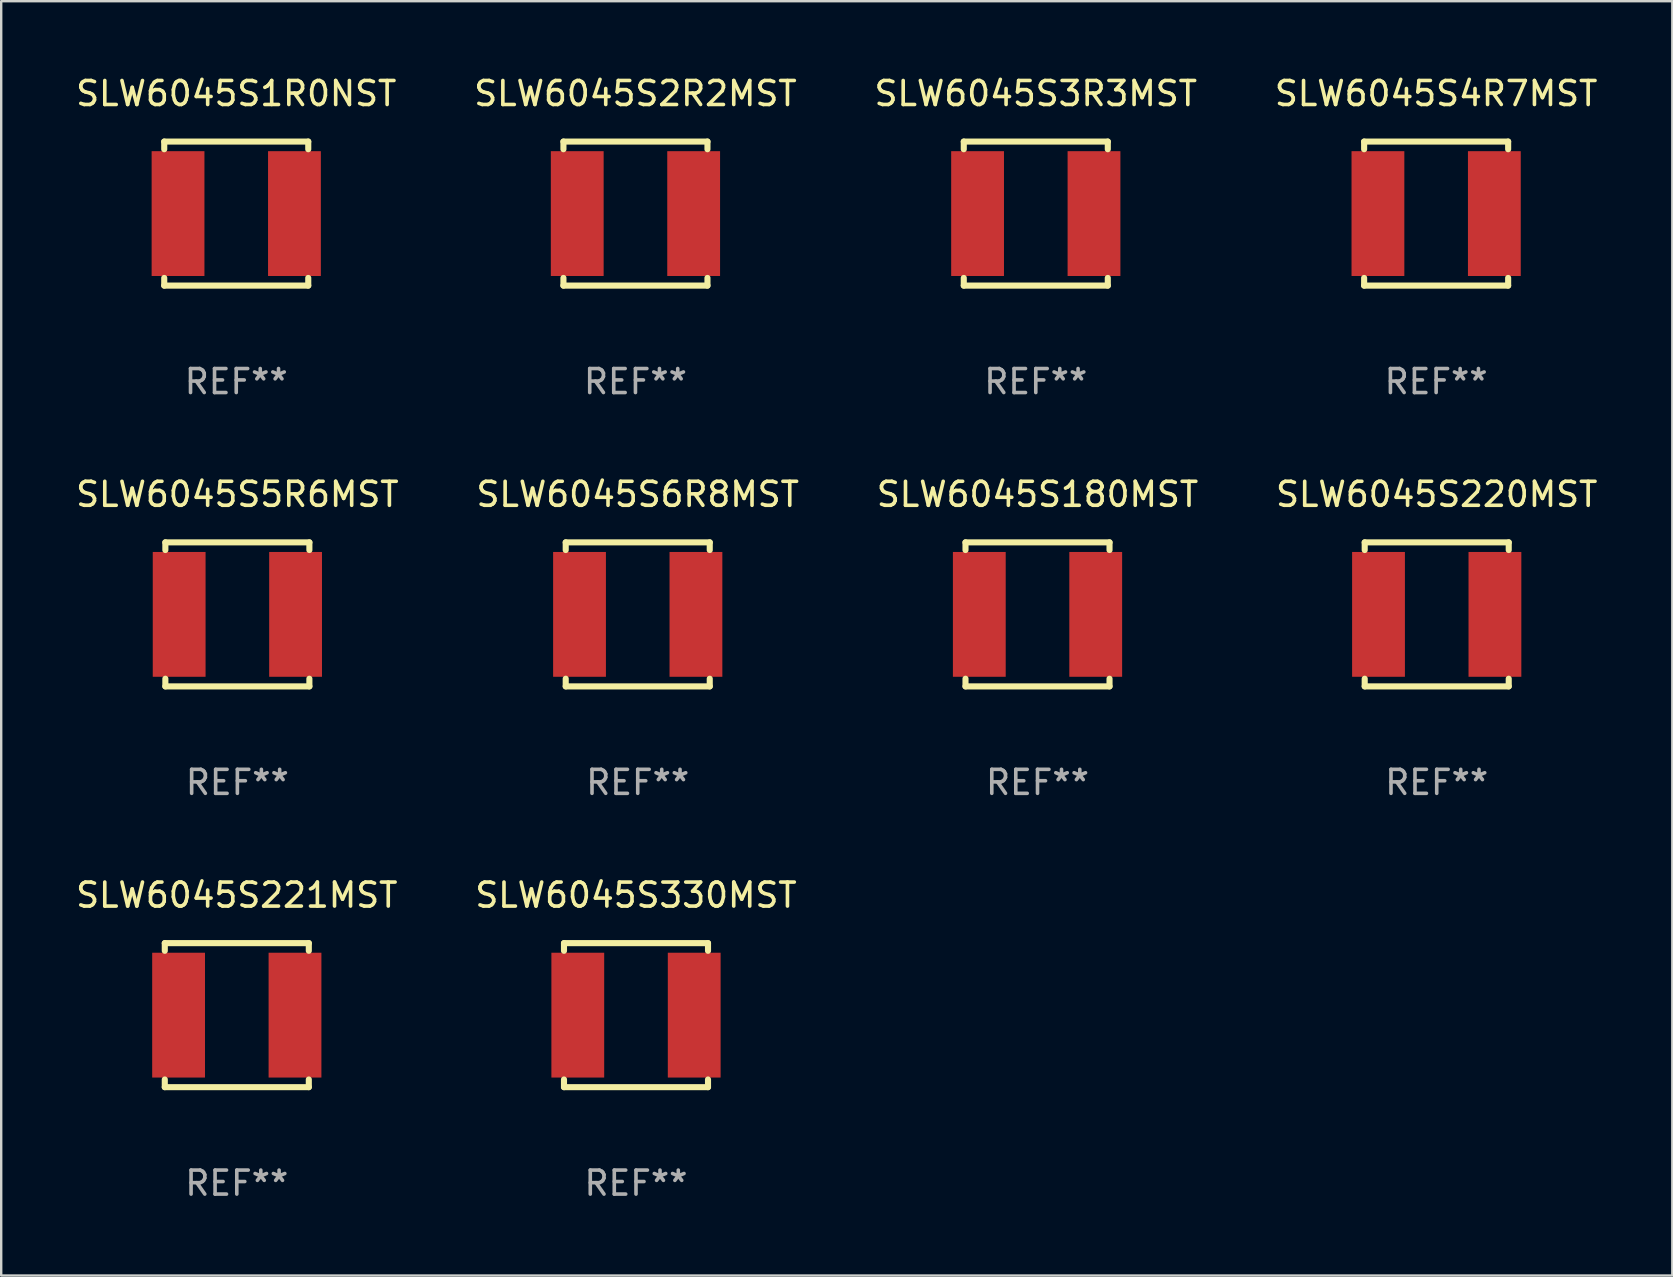
<source format=kicad_pcb>
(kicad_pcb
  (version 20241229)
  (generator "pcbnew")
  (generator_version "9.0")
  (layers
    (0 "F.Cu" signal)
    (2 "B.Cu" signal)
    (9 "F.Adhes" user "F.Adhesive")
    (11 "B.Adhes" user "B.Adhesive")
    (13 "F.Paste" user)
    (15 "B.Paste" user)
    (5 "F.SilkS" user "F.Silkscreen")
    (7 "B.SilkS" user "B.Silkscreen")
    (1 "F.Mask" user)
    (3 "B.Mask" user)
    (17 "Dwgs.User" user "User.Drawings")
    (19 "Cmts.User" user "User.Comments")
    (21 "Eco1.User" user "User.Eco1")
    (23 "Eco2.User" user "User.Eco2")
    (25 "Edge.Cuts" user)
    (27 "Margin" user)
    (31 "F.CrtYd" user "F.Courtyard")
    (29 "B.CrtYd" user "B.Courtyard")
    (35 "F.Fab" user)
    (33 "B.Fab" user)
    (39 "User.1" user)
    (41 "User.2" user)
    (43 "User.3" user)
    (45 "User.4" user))
  (footprint "SLW6045S220MST"
    (layer "F.Cu")
    (at 56.804 22.545)
    (property "Reference" "SLW6045S220MST" (at 0 -5 0) (layer "F.SilkS") (effects (font (size 1 1) (thickness 0.15))))
    (attr through_hole)
    (fp_line (start -3 -3) (end -3 -2.681) (stroke (width 0.254) (type solid)) (layer "F.SilkS"))
    (fp_line (start -3 -3) (end 3 -3) (stroke (width 0.254) (type solid)) (layer "F.SilkS"))
    (fp_line (start -3 2.681) (end -3 3) (stroke (width 0.254) (type solid)) (layer "F.SilkS"))
    (fp_line (start -3 3) (end 3 3) (stroke (width 0.254) (type solid)) (layer "F.SilkS"))
    (fp_line (start 3 -2.681) (end 3 -3) (stroke (width 0.254) (type solid)) (layer "F.SilkS"))
    (fp_line (start 3 3) (end 3 2.681) (stroke (width 0.254) (type solid)) (layer "F.SilkS"))
    (fp_circle (center -3 3) (end -2.97 3) (stroke (width 0.06) (type solid)) (fill no) (layer "F.SilkS"))
    (fp_text user "REF**" (at 0 7 0) (layer "F.Fab") (effects (font (size 1 1) (thickness 0.15))))
    (pad "1" smd rect (at -2.425 0) (size 2.2 5.2) (layers "F.Cu" "F.Mask" "F.Paste"))
    (pad "2" smd rect (at 2.425 0) (size 2.2 5.2) (layers "F.Cu" "F.Mask" "F.Paste")))
  (footprint "SLW6045S221MST"
    (layer "F.Cu")
    (at 6.815 39.241)
    (property "Reference" "SLW6045S221MST" (at 0 -5 0) (layer "F.SilkS") (effects (font (size 1 1) (thickness 0.15))))
    (attr through_hole)
    (fp_line (start -3 -3) (end -3 -2.681) (stroke (width 0.254) (type solid)) (layer "F.SilkS"))
    (fp_line (start -3 -3) (end 3 -3) (stroke (width 0.254) (type solid)) (layer "F.SilkS"))
    (fp_line (start -3 2.681) (end -3 3) (stroke (width 0.254) (type solid)) (layer "F.SilkS"))
    (fp_line (start -3 3) (end 3 3) (stroke (width 0.254) (type solid)) (layer "F.SilkS"))
    (fp_line (start 3 -2.681) (end 3 -3) (stroke (width 0.254) (type solid)) (layer "F.SilkS"))
    (fp_line (start 3 3) (end 3 2.681) (stroke (width 0.254) (type solid)) (layer "F.SilkS"))
    (fp_circle (center -3 3) (end -2.97 3) (stroke (width 0.06) (type solid)) (fill no) (layer "F.SilkS"))
    (fp_text user "REF**" (at 0 7 0) (layer "F.Fab") (effects (font (size 1 1) (thickness 0.15))))
    (pad "1" smd rect (at -2.425 0) (size 2.2 5.2) (layers "F.Cu" "F.Mask" "F.Paste"))
    (pad "2" smd rect (at 2.425 0) (size 2.2 5.2) (layers "F.Cu" "F.Mask" "F.Paste")))
  (footprint "SLW6045S330MST"
    (layer "F.Cu")
    (at 23.446 39.241)
    (property "Reference" "SLW6045S330MST" (at 0 -5 0) (layer "F.SilkS") (effects (font (size 1 1) (thickness 0.15))))
    (attr through_hole)
    (fp_line (start -3 -3) (end -3 -2.681) (stroke (width 0.254) (type solid)) (layer "F.SilkS"))
    (fp_line (start -3 -3) (end 3 -3) (stroke (width 0.254) (type solid)) (layer "F.SilkS"))
    (fp_line (start -3 2.681) (end -3 3) (stroke (width 0.254) (type solid)) (layer "F.SilkS"))
    (fp_line (start -3 3) (end 3 3) (stroke (width 0.254) (type solid)) (layer "F.SilkS"))
    (fp_line (start 3 -2.681) (end 3 -3) (stroke (width 0.254) (type solid)) (layer "F.SilkS"))
    (fp_line (start 3 3) (end 3 2.681) (stroke (width 0.254) (type solid)) (layer "F.SilkS"))
    (fp_circle (center -3 3) (end -2.97 3) (stroke (width 0.06) (type solid)) (fill no) (layer "F.SilkS"))
    (fp_text user "REF**" (at 0 7 0) (layer "F.Fab") (effects (font (size 1 1) (thickness 0.15))))
    (pad "1" smd rect (at -2.425 0) (size 2.2 5.2) (layers "F.Cu" "F.Mask" "F.Paste"))
    (pad "2" smd rect (at 2.425 0) (size 2.2 5.2) (layers "F.Cu" "F.Mask" "F.Paste")))
  (footprint "SLW6045S5R6MST"
    (layer "F.Cu")
    (at 6.839 22.545)
    (property "Reference" "SLW6045S5R6MST" (at 0 -5 0) (layer "F.SilkS") (effects (font (size 1 1) (thickness 0.15))))
    (attr through_hole)
    (fp_line (start -3 -3) (end -3 -2.681) (stroke (width 0.254) (type solid)) (layer "F.SilkS"))
    (fp_line (start -3 -3) (end 3 -3) (stroke (width 0.254) (type solid)) (layer "F.SilkS"))
    (fp_line (start -3 2.681) (end -3 3) (stroke (width 0.254) (type solid)) (layer "F.SilkS"))
    (fp_line (start -3 3) (end 3 3) (stroke (width 0.254) (type solid)) (layer "F.SilkS"))
    (fp_line (start 3 -2.681) (end 3 -3) (stroke (width 0.254) (type solid)) (layer "F.SilkS"))
    (fp_line (start 3 3) (end 3 2.681) (stroke (width 0.254) (type solid)) (layer "F.SilkS"))
    (fp_circle (center -3 3) (end -2.97 3) (stroke (width 0.06) (type solid)) (fill no) (layer "F.SilkS"))
    (fp_text user "REF**" (at 0 7 0) (layer "F.Fab") (effects (font (size 1 1) (thickness 0.15))))
    (pad "1" smd rect (at -2.425 0) (size 2.2 5.2) (layers "F.Cu" "F.Mask" "F.Paste"))
    (pad "2" smd rect (at 2.425 0) (size 2.2 5.2) (layers "F.Cu" "F.Mask" "F.Paste")))
  (footprint "SLW6045S1R0NST"
    (layer "F.Cu")
    (at 6.792 5.848)
    (property "Reference" "SLW6045S1R0NST" (at 0 -5 0) (layer "F.SilkS") (effects (font (size 1 1) (thickness 0.15))))
    (attr through_hole)
    (fp_line (start -3 -3) (end -3 -2.681) (stroke (width 0.254) (type solid)) (layer "F.SilkS"))
    (fp_line (start -3 -3) (end 3 -3) (stroke (width 0.254) (type solid)) (layer "F.SilkS"))
    (fp_line (start -3 2.681) (end -3 3) (stroke (width 0.254) (type solid)) (layer "F.SilkS"))
    (fp_line (start -3 3) (end 3 3) (stroke (width 0.254) (type solid)) (layer "F.SilkS"))
    (fp_line (start 3 -2.681) (end 3 -3) (stroke (width 0.254) (type solid)) (layer "F.SilkS"))
    (fp_line (start 3 3) (end 3 2.681) (stroke (width 0.254) (type solid)) (layer "F.SilkS"))
    (fp_circle (center -3 3) (end -2.97 3) (stroke (width 0.06) (type solid)) (fill no) (layer "F.SilkS"))
    (fp_text user "REF**" (at 0 7 0) (layer "F.Fab") (effects (font (size 1 1) (thickness 0.15))))
    (pad "1" smd rect (at -2.425 0) (size 2.2 5.2) (layers "F.Cu" "F.Mask" "F.Paste"))
    (pad "2" smd rect (at 2.425 0) (size 2.2 5.2) (layers "F.Cu" "F.Mask" "F.Paste")))
  (footprint "SLW6045S180MST"
    (layer "F.Cu")
    (at 40.173 22.545)
    (property "Reference" "SLW6045S180MST" (at 0 -5 0) (layer "F.SilkS") (effects (font (size 1 1) (thickness 0.15))))
    (attr through_hole)
    (fp_line (start -3 -3) (end -3 -2.681) (stroke (width 0.254) (type solid)) (layer "F.SilkS"))
    (fp_line (start -3 -3) (end 3 -3) (stroke (width 0.254) (type solid)) (layer "F.SilkS"))
    (fp_line (start -3 2.681) (end -3 3) (stroke (width 0.254) (type solid)) (layer "F.SilkS"))
    (fp_line (start -3 3) (end 3 3) (stroke (width 0.254) (type solid)) (layer "F.SilkS"))
    (fp_line (start 3 -2.681) (end 3 -3) (stroke (width 0.254) (type solid)) (layer "F.SilkS"))
    (fp_line (start 3 3) (end 3 2.681) (stroke (width 0.254) (type solid)) (layer "F.SilkS"))
    (fp_circle (center -3 3) (end -2.97 3) (stroke (width 0.06) (type solid)) (fill no) (layer "F.SilkS"))
    (fp_text user "REF**" (at 0 7 0) (layer "F.Fab") (effects (font (size 1 1) (thickness 0.15))))
    (pad "1" smd rect (at -2.425 0) (size 2.2 5.2) (layers "F.Cu" "F.Mask" "F.Paste"))
    (pad "2" smd rect (at 2.425 0) (size 2.2 5.2) (layers "F.Cu" "F.Mask" "F.Paste")))
  (footprint "SLW6045S3R3MST"
    (layer "F.Cu")
    (at 40.101 5.848)
    (property "Reference" "SLW6045S3R3MST" (at 0 -5 0) (layer "F.SilkS") (effects (font (size 1 1) (thickness 0.15))))
    (attr through_hole)
    (fp_line (start -3 -3) (end -3 -2.681) (stroke (width 0.254) (type solid)) (layer "F.SilkS"))
    (fp_line (start -3 -3) (end 3 -3) (stroke (width 0.254) (type solid)) (layer "F.SilkS"))
    (fp_line (start -3 2.681) (end -3 3) (stroke (width 0.254) (type solid)) (layer "F.SilkS"))
    (fp_line (start -3 3) (end 3 3) (stroke (width 0.254) (type solid)) (layer "F.SilkS"))
    (fp_line (start 3 -2.681) (end 3 -3) (stroke (width 0.254) (type solid)) (layer "F.SilkS"))
    (fp_line (start 3 3) (end 3 2.681) (stroke (width 0.254) (type solid)) (layer "F.SilkS"))
    (fp_circle (center -3 3) (end -2.97 3) (stroke (width 0.06) (type solid)) (fill no) (layer "F.SilkS"))
    (fp_text user "REF**" (at 0 7 0) (layer "F.Fab") (effects (font (size 1 1) (thickness 0.15))))
    (pad "1" smd rect (at -2.425 0) (size 2.2 5.2) (layers "F.Cu" "F.Mask" "F.Paste"))
    (pad "2" smd rect (at 2.425 0) (size 2.2 5.2) (layers "F.Cu" "F.Mask" "F.Paste")))
  (footprint "SLW6045S6R8MST"
    (layer "F.Cu")
    (at 23.518 22.545)
    (property "Reference" "SLW6045S6R8MST" (at 0 -5 0) (layer "F.SilkS") (effects (font (size 1 1) (thickness 0.15))))
    (attr through_hole)
    (fp_line (start -3 -3) (end -3 -2.681) (stroke (width 0.254) (type solid)) (layer "F.SilkS"))
    (fp_line (start -3 -3) (end 3 -3) (stroke (width 0.254) (type solid)) (layer "F.SilkS"))
    (fp_line (start -3 2.681) (end -3 3) (stroke (width 0.254) (type solid)) (layer "F.SilkS"))
    (fp_line (start -3 3) (end 3 3) (stroke (width 0.254) (type solid)) (layer "F.SilkS"))
    (fp_line (start 3 -2.681) (end 3 -3) (stroke (width 0.254) (type solid)) (layer "F.SilkS"))
    (fp_line (start 3 3) (end 3 2.681) (stroke (width 0.254) (type solid)) (layer "F.SilkS"))
    (fp_circle (center -3 3) (end -2.97 3) (stroke (width 0.06) (type solid)) (fill no) (layer "F.SilkS"))
    (fp_text user "REF**" (at 0 7 0) (layer "F.Fab") (effects (font (size 1 1) (thickness 0.15))))
    (pad "1" smd rect (at -2.425 0) (size 2.2 5.2) (layers "F.Cu" "F.Mask" "F.Paste"))
    (pad "2" smd rect (at 2.425 0) (size 2.2 5.2) (layers "F.Cu" "F.Mask" "F.Paste")))
  (footprint "SLW6045S2R2MST"
    (layer "F.Cu")
    (at 23.423 5.848)
    (property "Reference" "SLW6045S2R2MST" (at 0 -5 0) (layer "F.SilkS") (effects (font (size 1 1) (thickness 0.15))))
    (attr through_hole)
    (fp_line (start -3 -3) (end -3 -2.681) (stroke (width 0.254) (type solid)) (layer "F.SilkS"))
    (fp_line (start -3 -3) (end 3 -3) (stroke (width 0.254) (type solid)) (layer "F.SilkS"))
    (fp_line (start -3 2.681) (end -3 3) (stroke (width 0.254) (type solid)) (layer "F.SilkS"))
    (fp_line (start -3 3) (end 3 3) (stroke (width 0.254) (type solid)) (layer "F.SilkS"))
    (fp_line (start 3 -2.681) (end 3 -3) (stroke (width 0.254) (type solid)) (layer "F.SilkS"))
    (fp_line (start 3 3) (end 3 2.681) (stroke (width 0.254) (type solid)) (layer "F.SilkS"))
    (fp_circle (center -3 3) (end -2.97 3) (stroke (width 0.06) (type solid)) (fill no) (layer "F.SilkS"))
    (fp_text user "REF**" (at 0 7 0) (layer "F.Fab") (effects (font (size 1 1) (thickness 0.15))))
    (pad "1" smd rect (at -2.425 0) (size 2.2 5.2) (layers "F.Cu" "F.Mask" "F.Paste"))
    (pad "2" smd rect (at 2.425 0) (size 2.2 5.2) (layers "F.Cu" "F.Mask" "F.Paste")))
  (footprint "SLW6045S4R7MST"
    (layer "F.Cu")
    (at 56.78 5.848)
    (property "Reference" "SLW6045S4R7MST" (at 0 -5 0) (layer "F.SilkS") (effects (font (size 1 1) (thickness 0.15))))
    (attr through_hole)
    (fp_line (start -3 -3) (end -3 -2.681) (stroke (width 0.254) (type solid)) (layer "F.SilkS"))
    (fp_line (start -3 -3) (end 3 -3) (stroke (width 0.254) (type solid)) (layer "F.SilkS"))
    (fp_line (start -3 2.681) (end -3 3) (stroke (width 0.254) (type solid)) (layer "F.SilkS"))
    (fp_line (start -3 3) (end 3 3) (stroke (width 0.254) (type solid)) (layer "F.SilkS"))
    (fp_line (start 3 -2.681) (end 3 -3) (stroke (width 0.254) (type solid)) (layer "F.SilkS"))
    (fp_line (start 3 3) (end 3 2.681) (stroke (width 0.254) (type solid)) (layer "F.SilkS"))
    (fp_circle (center -3 3) (end -2.97 3) (stroke (width 0.06) (type solid)) (fill no) (layer "F.SilkS"))
    (fp_text user "REF**" (at 0 7 0) (layer "F.Fab") (effects (font (size 1 1) (thickness 0.15))))
    (pad "1" smd rect (at -2.425 0) (size 2.2 5.2) (layers "F.Cu" "F.Mask" "F.Paste"))
    (pad "2" smd rect (at 2.425 0) (size 2.2 5.2) (layers "F.Cu" "F.Mask" "F.Paste")))
  (gr_rect
    (start -3 -3)
    (end 66.619 50.09)
    (stroke (width 0.1) (type default))
    (fill no)
    (layer "Edge.Cuts")))
</source>
